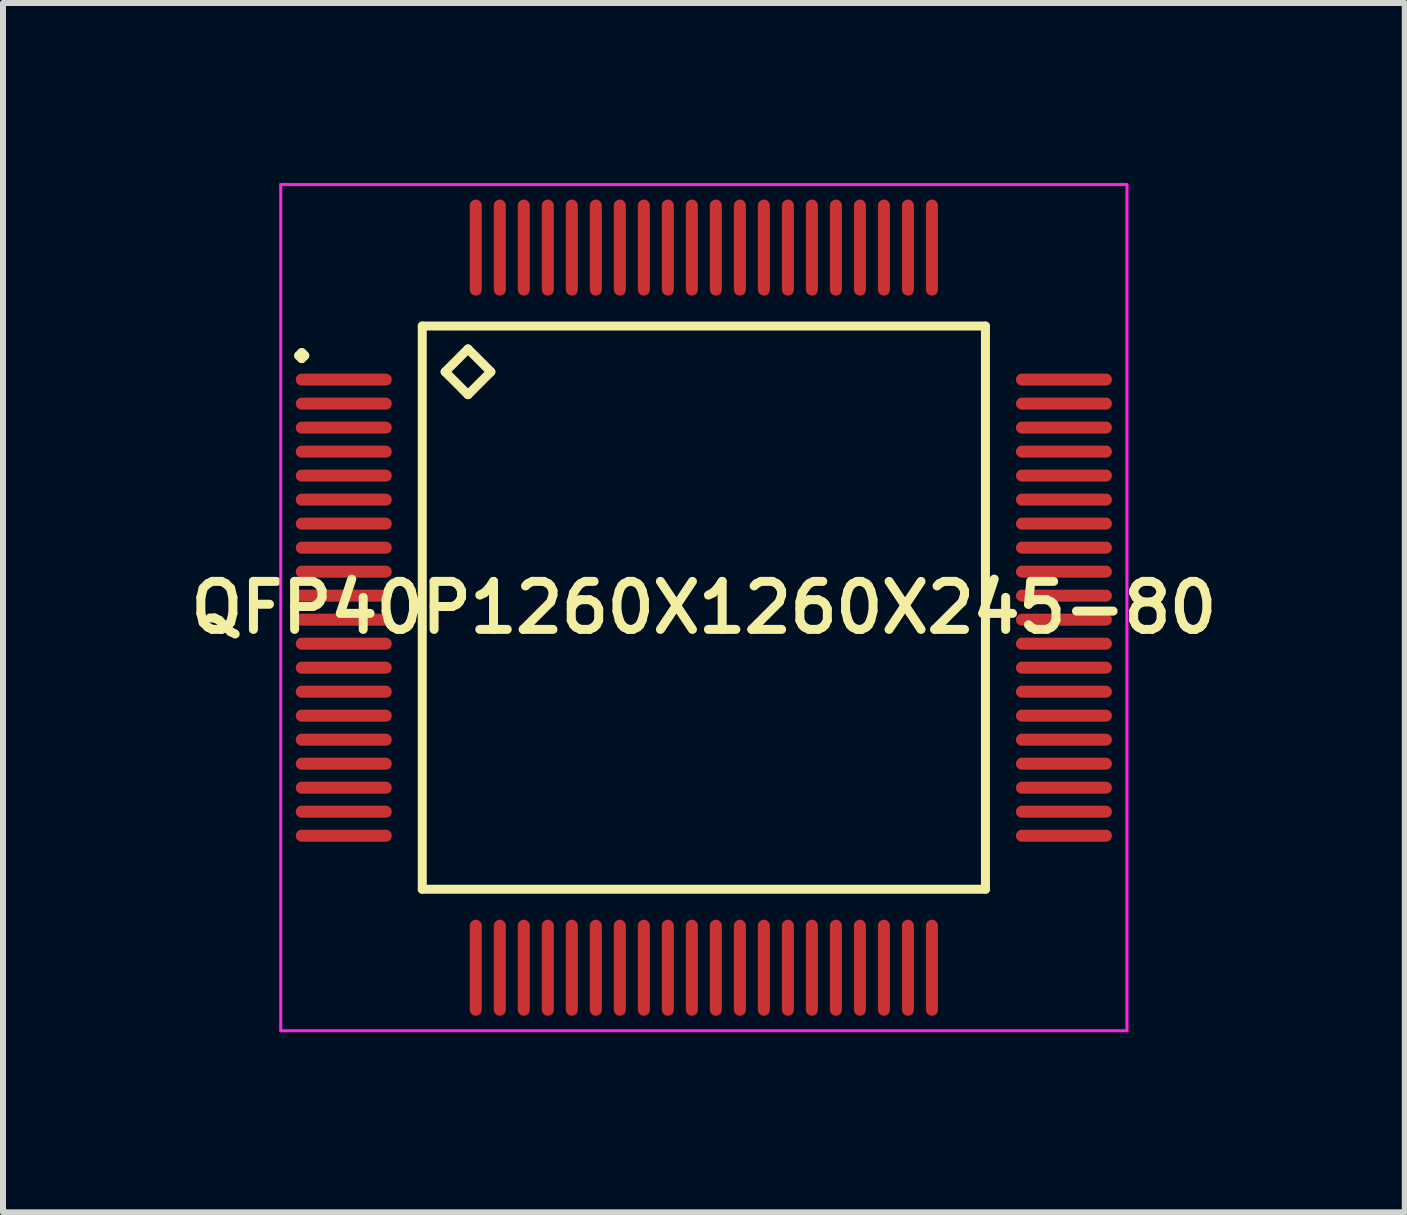
<source format=kicad_pcb>
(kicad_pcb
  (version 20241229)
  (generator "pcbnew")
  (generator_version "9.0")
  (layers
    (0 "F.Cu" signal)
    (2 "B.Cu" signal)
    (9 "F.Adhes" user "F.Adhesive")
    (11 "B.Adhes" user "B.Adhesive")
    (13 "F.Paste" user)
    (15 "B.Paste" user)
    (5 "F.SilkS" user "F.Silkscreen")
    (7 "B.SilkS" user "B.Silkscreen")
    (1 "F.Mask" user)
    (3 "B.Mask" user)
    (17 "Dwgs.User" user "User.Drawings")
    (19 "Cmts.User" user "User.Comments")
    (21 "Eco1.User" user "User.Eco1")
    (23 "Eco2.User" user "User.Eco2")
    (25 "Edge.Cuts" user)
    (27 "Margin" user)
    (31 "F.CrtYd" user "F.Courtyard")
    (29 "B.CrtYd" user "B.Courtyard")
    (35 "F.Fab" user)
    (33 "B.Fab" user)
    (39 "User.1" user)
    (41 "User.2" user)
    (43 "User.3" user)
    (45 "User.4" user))
  (footprint "QFP40P1260X1260X245-80"
    (layer "F.Cu")
    (at 8.678 7.075)
    (property "Reference" "QFP40P1260X1260X245-80" (at 0 0 0) (layer "F.SilkS") (effects (font (size 0.8 0.8) (thickness 0.15))))
    (attr smd)
    (fp_line (start -6.75 -4.2) (end -6.7 -4.25) (stroke (width 0.15) (type solid)) (layer "F.SilkS"))
    (fp_line (start -6.7 -4.25) (end -6.65 -4.2) (stroke (width 0.15) (type solid)) (layer "F.SilkS"))
    (fp_line (start -6.7 -4.15) (end -6.75 -4.2) (stroke (width 0.15) (type solid)) (layer "F.SilkS"))
    (fp_line (start -6.65 -4.2) (end -6.7 -4.15) (stroke (width 0.15) (type solid)) (layer "F.SilkS"))
    (fp_line (start -4.692 -4.692) (end -4.692 4.692) (stroke (width 0.15) (type solid)) (layer "F.SilkS"))
    (fp_line (start -4.692 4.692) (end 4.692 4.692) (stroke (width 0.15) (type solid)) (layer "F.SilkS"))
    (fp_line (start -4.311 -3.93) (end -3.93 -4.311) (stroke (width 0.15) (type solid)) (layer "F.SilkS"))
    (fp_line (start -3.93 -4.311) (end -3.549 -3.93) (stroke (width 0.15) (type solid)) (layer "F.SilkS"))
    (fp_line (start -3.93 -3.549) (end -4.311 -3.93) (stroke (width 0.15) (type solid)) (layer "F.SilkS"))
    (fp_line (start -3.549 -3.93) (end -3.93 -3.549) (stroke (width 0.15) (type solid)) (layer "F.SilkS"))
    (fp_line (start 4.692 -4.692) (end -4.692 -4.692) (stroke (width 0.15) (type solid)) (layer "F.SilkS"))
    (fp_line (start 4.692 4.692) (end 4.692 -4.692) (stroke (width 0.15) (type solid)) (layer "F.SilkS"))
    (fp_line (start -7.05 -7.05) (end 7.05 -7.05) (stroke (width 0.05) (type solid)) (layer "F.CrtYd"))
    (fp_line (start -7.05 7.05) (end -7.05 -7.05) (stroke (width 0.05) (type solid)) (layer "F.CrtYd"))
    (fp_line (start 7.05 -7.05) (end 7.05 7.05) (stroke (width 0.05) (type solid)) (layer "F.CrtYd"))
    (fp_line (start 7.05 7.05) (end -7.05 7.05) (stroke (width 0.05) (type solid)) (layer "F.CrtYd"))
    (pad "1" smd oval (at -6 -3.8) (size 1.6 0.2) (layers "F.Cu" "F.Mask" "F.Paste"))
    (pad "2" smd oval (at -6 -3.4) (size 1.6 0.2) (layers "F.Cu" "F.Mask" "F.Paste"))
    (pad "3" smd oval (at -6 -3) (size 1.6 0.2) (layers "F.Cu" "F.Mask" "F.Paste"))
    (pad "4" smd oval (at -6 -2.6) (size 1.6 0.2) (layers "F.Cu" "F.Mask" "F.Paste"))
    (pad "5" smd oval (at -6 -2.2) (size 1.6 0.2) (layers "F.Cu" "F.Mask" "F.Paste"))
    (pad "6" smd oval (at -6 -1.8) (size 1.6 0.2) (layers "F.Cu" "F.Mask" "F.Paste"))
    (pad "7" smd oval (at -6 -1.4) (size 1.6 0.2) (layers "F.Cu" "F.Mask" "F.Paste"))
    (pad "8" smd oval (at -6 -1) (size 1.6 0.2) (layers "F.Cu" "F.Mask" "F.Paste"))
    (pad "9" smd oval (at -6 -0.6) (size 1.6 0.2) (layers "F.Cu" "F.Mask" "F.Paste"))
    (pad "10" smd oval (at -6 -0.2) (size 1.6 0.2) (layers "F.Cu" "F.Mask" "F.Paste"))
    (pad "11" smd oval (at -6 0.2) (size 1.6 0.2) (layers "F.Cu" "F.Mask" "F.Paste"))
    (pad "12" smd oval (at -6 0.6) (size 1.6 0.2) (layers "F.Cu" "F.Mask" "F.Paste"))
    (pad "13" smd oval (at -6 1) (size 1.6 0.2) (layers "F.Cu" "F.Mask" "F.Paste"))
    (pad "14" smd oval (at -6 1.4) (size 1.6 0.2) (layers "F.Cu" "F.Mask" "F.Paste"))
    (pad "15" smd oval (at -6 1.8) (size 1.6 0.2) (layers "F.Cu" "F.Mask" "F.Paste"))
    (pad "16" smd oval (at -6 2.2) (size 1.6 0.2) (layers "F.Cu" "F.Mask" "F.Paste"))
    (pad "17" smd oval (at -6 2.6) (size 1.6 0.2) (layers "F.Cu" "F.Mask" "F.Paste"))
    (pad "18" smd oval (at -6 3) (size 1.6 0.2) (layers "F.Cu" "F.Mask" "F.Paste"))
    (pad "19" smd oval (at -6 3.4) (size 1.6 0.2) (layers "F.Cu" "F.Mask" "F.Paste"))
    (pad "20" smd oval (at -6 3.8) (size 1.6 0.2) (layers "F.Cu" "F.Mask" "F.Paste"))
    (pad "21" smd oval (at -3.8 6) (size 0.2 1.6) (layers "F.Cu" "F.Mask" "F.Paste"))
    (pad "22" smd oval (at -3.4 6) (size 0.2 1.6) (layers "F.Cu" "F.Mask" "F.Paste"))
    (pad "23" smd oval (at -3 6) (size 0.2 1.6) (layers "F.Cu" "F.Mask" "F.Paste"))
    (pad "24" smd oval (at -2.6 6) (size 0.2 1.6) (layers "F.Cu" "F.Mask" "F.Paste"))
    (pad "25" smd oval (at -2.2 6) (size 0.2 1.6) (layers "F.Cu" "F.Mask" "F.Paste"))
    (pad "26" smd oval (at -1.8 6) (size 0.2 1.6) (layers "F.Cu" "F.Mask" "F.Paste"))
    (pad "27" smd oval (at -1.4 6) (size 0.2 1.6) (layers "F.Cu" "F.Mask" "F.Paste"))
    (pad "28" smd oval (at -1 6) (size 0.2 1.6) (layers "F.Cu" "F.Mask" "F.Paste"))
    (pad "29" smd oval (at -0.6 6) (size 0.2 1.6) (layers "F.Cu" "F.Mask" "F.Paste"))
    (pad "30" smd oval (at -0.2 6) (size 0.2 1.6) (layers "F.Cu" "F.Mask" "F.Paste"))
    (pad "31" smd oval (at 0.2 6) (size 0.2 1.6) (layers "F.Cu" "F.Mask" "F.Paste"))
    (pad "32" smd oval (at 0.6 6) (size 0.2 1.6) (layers "F.Cu" "F.Mask" "F.Paste"))
    (pad "33" smd oval (at 1 6) (size 0.2 1.6) (layers "F.Cu" "F.Mask" "F.Paste"))
    (pad "34" smd oval (at 1.4 6) (size 0.2 1.6) (layers "F.Cu" "F.Mask" "F.Paste"))
    (pad "35" smd oval (at 1.8 6) (size 0.2 1.6) (layers "F.Cu" "F.Mask" "F.Paste"))
    (pad "36" smd oval (at 2.2 6) (size 0.2 1.6) (layers "F.Cu" "F.Mask" "F.Paste"))
    (pad "37" smd oval (at 2.6 6) (size 0.2 1.6) (layers "F.Cu" "F.Mask" "F.Paste"))
    (pad "38" smd oval (at 3 6) (size 0.2 1.6) (layers "F.Cu" "F.Mask" "F.Paste"))
    (pad "39" smd oval (at 3.4 6) (size 0.2 1.6) (layers "F.Cu" "F.Mask" "F.Paste"))
    (pad "40" smd oval (at 3.8 6) (size 0.2 1.6) (layers "F.Cu" "F.Mask" "F.Paste"))
    (pad "41" smd oval (at 6 3.8) (size 1.6 0.2) (layers "F.Cu" "F.Mask" "F.Paste"))
    (pad "42" smd oval (at 6 3.4) (size 1.6 0.2) (layers "F.Cu" "F.Mask" "F.Paste"))
    (pad "43" smd oval (at 6 3) (size 1.6 0.2) (layers "F.Cu" "F.Mask" "F.Paste"))
    (pad "44" smd oval (at 6 2.6) (size 1.6 0.2) (layers "F.Cu" "F.Mask" "F.Paste"))
    (pad "45" smd oval (at 6 2.2) (size 1.6 0.2) (layers "F.Cu" "F.Mask" "F.Paste"))
    (pad "46" smd oval (at 6 1.8) (size 1.6 0.2) (layers "F.Cu" "F.Mask" "F.Paste"))
    (pad "47" smd oval (at 6 1.4) (size 1.6 0.2) (layers "F.Cu" "F.Mask" "F.Paste"))
    (pad "48" smd oval (at 6 1) (size 1.6 0.2) (layers "F.Cu" "F.Mask" "F.Paste"))
    (pad "49" smd oval (at 6 0.6) (size 1.6 0.2) (layers "F.Cu" "F.Mask" "F.Paste"))
    (pad "50" smd oval (at 6 0.2) (size 1.6 0.2) (layers "F.Cu" "F.Mask" "F.Paste"))
    (pad "51" smd oval (at 6 -0.2) (size 1.6 0.2) (layers "F.Cu" "F.Mask" "F.Paste"))
    (pad "52" smd oval (at 6 -0.6) (size 1.6 0.2) (layers "F.Cu" "F.Mask" "F.Paste"))
    (pad "53" smd oval (at 6 -1) (size 1.6 0.2) (layers "F.Cu" "F.Mask" "F.Paste"))
    (pad "54" smd oval (at 6 -1.4) (size 1.6 0.2) (layers "F.Cu" "F.Mask" "F.Paste"))
    (pad "55" smd oval (at 6 -1.8) (size 1.6 0.2) (layers "F.Cu" "F.Mask" "F.Paste"))
    (pad "56" smd oval (at 6 -2.2) (size 1.6 0.2) (layers "F.Cu" "F.Mask" "F.Paste"))
    (pad "57" smd oval (at 6 -2.6) (size 1.6 0.2) (layers "F.Cu" "F.Mask" "F.Paste"))
    (pad "58" smd oval (at 6 -3) (size 1.6 0.2) (layers "F.Cu" "F.Mask" "F.Paste"))
    (pad "59" smd oval (at 6 -3.4) (size 1.6 0.2) (layers "F.Cu" "F.Mask" "F.Paste"))
    (pad "60" smd oval (at 6 -3.8) (size 1.6 0.2) (layers "F.Cu" "F.Mask" "F.Paste"))
    (pad "61" smd oval (at 3.8 -6) (size 0.2 1.6) (layers "F.Cu" "F.Mask" "F.Paste"))
    (pad "62" smd oval (at 3.4 -6) (size 0.2 1.6) (layers "F.Cu" "F.Mask" "F.Paste"))
    (pad "63" smd oval (at 3 -6) (size 0.2 1.6) (layers "F.Cu" "F.Mask" "F.Paste"))
    (pad "64" smd oval (at 2.6 -6) (size 0.2 1.6) (layers "F.Cu" "F.Mask" "F.Paste"))
    (pad "65" smd oval (at 2.2 -6) (size 0.2 1.6) (layers "F.Cu" "F.Mask" "F.Paste"))
    (pad "66" smd oval (at 1.8 -6) (size 0.2 1.6) (layers "F.Cu" "F.Mask" "F.Paste"))
    (pad "67" smd oval (at 1.4 -6) (size 0.2 1.6) (layers "F.Cu" "F.Mask" "F.Paste"))
    (pad "68" smd oval (at 1 -6) (size 0.2 1.6) (layers "F.Cu" "F.Mask" "F.Paste"))
    (pad "69" smd oval (at 0.6 -6) (size 0.2 1.6) (layers "F.Cu" "F.Mask" "F.Paste"))
    (pad "70" smd oval (at 0.2 -6) (size 0.2 1.6) (layers "F.Cu" "F.Mask" "F.Paste"))
    (pad "71" smd oval (at -0.2 -6) (size 0.2 1.6) (layers "F.Cu" "F.Mask" "F.Paste"))
    (pad "72" smd oval (at -0.6 -6) (size 0.2 1.6) (layers "F.Cu" "F.Mask" "F.Paste"))
    (pad "73" smd oval (at -1 -6) (size 0.2 1.6) (layers "F.Cu" "F.Mask" "F.Paste"))
    (pad "74" smd oval (at -1.4 -6) (size 0.2 1.6) (layers "F.Cu" "F.Mask" "F.Paste"))
    (pad "75" smd oval (at -1.8 -6) (size 0.2 1.6) (layers "F.Cu" "F.Mask" "F.Paste"))
    (pad "76" smd oval (at -2.2 -6) (size 0.2 1.6) (layers "F.Cu" "F.Mask" "F.Paste"))
    (pad "77" smd oval (at -2.6 -6) (size 0.2 1.6) (layers "F.Cu" "F.Mask" "F.Paste"))
    (pad "78" smd oval (at -3 -6) (size 0.2 1.6) (layers "F.Cu" "F.Mask" "F.Paste"))
    (pad "79" smd oval (at -3.4 -6) (size 0.2 1.6) (layers "F.Cu" "F.Mask" "F.Paste"))
    (pad "80" smd oval (at -3.8 -6) (size 0.2 1.6) (layers "F.Cu" "F.Mask" "F.Paste")))
  (gr_rect
    (start -3 -3)
    (end 20.357 17.15)
    (stroke (width 0.1) (type default))
    (fill no)
    (layer "Edge.Cuts")))
</source>
